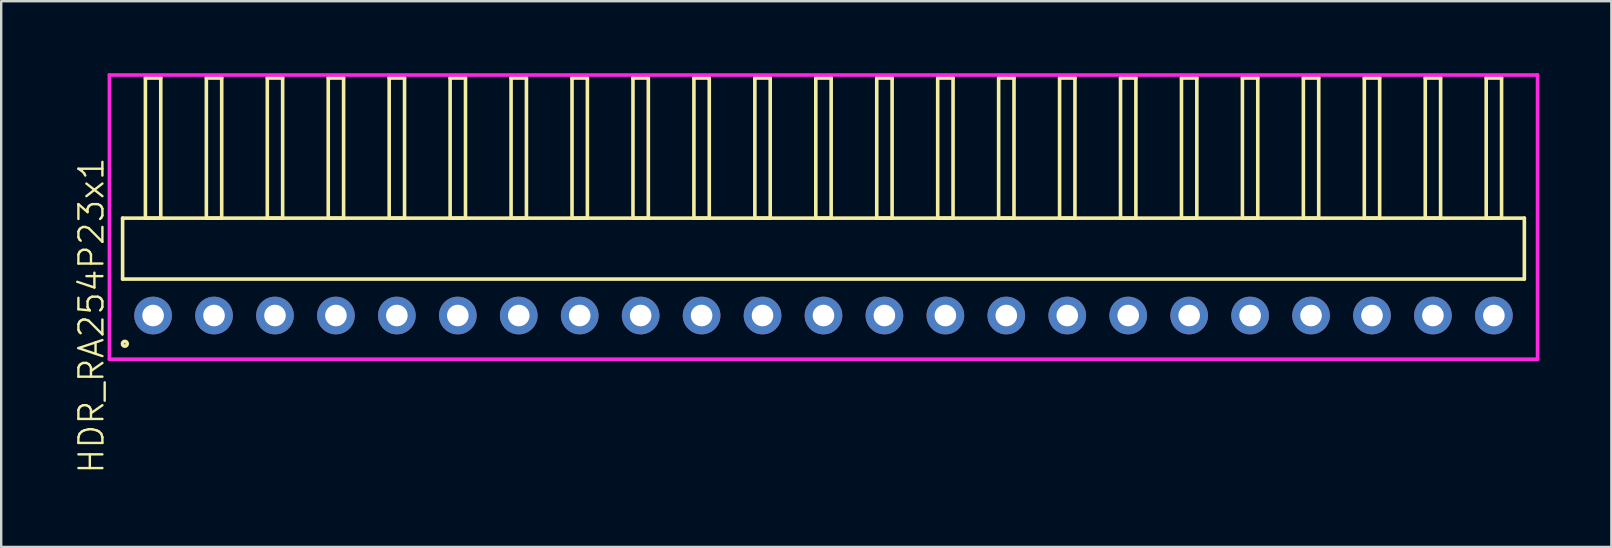
<source format=kicad_pcb>
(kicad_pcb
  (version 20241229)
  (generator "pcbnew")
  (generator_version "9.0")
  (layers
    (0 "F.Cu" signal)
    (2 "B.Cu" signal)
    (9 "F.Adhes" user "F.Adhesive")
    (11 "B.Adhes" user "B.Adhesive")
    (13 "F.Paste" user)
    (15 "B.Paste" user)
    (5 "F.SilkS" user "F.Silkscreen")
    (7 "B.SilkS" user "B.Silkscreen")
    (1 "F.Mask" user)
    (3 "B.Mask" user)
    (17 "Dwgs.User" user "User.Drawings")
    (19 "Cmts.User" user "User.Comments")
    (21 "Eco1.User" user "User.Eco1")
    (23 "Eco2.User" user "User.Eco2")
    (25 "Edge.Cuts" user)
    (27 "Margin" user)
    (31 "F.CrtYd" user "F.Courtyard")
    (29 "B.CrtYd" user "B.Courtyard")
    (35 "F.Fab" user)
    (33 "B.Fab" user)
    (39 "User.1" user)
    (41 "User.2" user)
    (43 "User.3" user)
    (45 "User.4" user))
  (footprint "HDR_RA254P23x1"
    (layer "F.Cu")
    (at 31.27 10.1)
    (property "Reference" "HDR_RA254P23x1" (at -30.51 0 90) (layer "F.SilkS") (effects (font (size 1 1) (thickness 0.1))))
    (attr through_hole)
    (fp_line (start -29.21 -4.06) (end -29.21 -1.52) (stroke (width 0.15) (type solid)) (layer "F.SilkS"))
    (fp_line (start -29.21 -1.52) (end 29.21 -1.52) (stroke (width 0.15) (type solid)) (layer "F.SilkS"))
    (fp_line (start -28.26 -9.9) (end -28.26 -4.06) (stroke (width 0.15) (type solid)) (layer "F.SilkS"))
    (fp_line (start -28.26 -4.06) (end -27.62 -4.06) (stroke (width 0.15) (type solid)) (layer "F.SilkS"))
    (fp_line (start -27.62 -9.9) (end -28.26 -9.9) (stroke (width 0.15) (type solid)) (layer "F.SilkS"))
    (fp_line (start -27.62 -4.06) (end -27.62 -9.9) (stroke (width 0.15) (type solid)) (layer "F.SilkS"))
    (fp_line (start -25.72 -9.9) (end -25.72 -4.06) (stroke (width 0.15) (type solid)) (layer "F.SilkS"))
    (fp_line (start -25.72 -4.06) (end -25.08 -4.06) (stroke (width 0.15) (type solid)) (layer "F.SilkS"))
    (fp_line (start -25.08 -9.9) (end -25.72 -9.9) (stroke (width 0.15) (type solid)) (layer "F.SilkS"))
    (fp_line (start -25.08 -4.06) (end -25.08 -9.9) (stroke (width 0.15) (type solid)) (layer "F.SilkS"))
    (fp_line (start -23.18 -9.9) (end -23.18 -4.06) (stroke (width 0.15) (type solid)) (layer "F.SilkS"))
    (fp_line (start -23.18 -4.06) (end -22.54 -4.06) (stroke (width 0.15) (type solid)) (layer "F.SilkS"))
    (fp_line (start -22.54 -9.9) (end -23.18 -9.9) (stroke (width 0.15) (type solid)) (layer "F.SilkS"))
    (fp_line (start -22.54 -4.06) (end -22.54 -9.9) (stroke (width 0.15) (type solid)) (layer "F.SilkS"))
    (fp_line (start -20.64 -9.9) (end -20.64 -4.06) (stroke (width 0.15) (type solid)) (layer "F.SilkS"))
    (fp_line (start -20.64 -4.06) (end -20 -4.06) (stroke (width 0.15) (type solid)) (layer "F.SilkS"))
    (fp_line (start -20 -9.9) (end -20.64 -9.9) (stroke (width 0.15) (type solid)) (layer "F.SilkS"))
    (fp_line (start -20 -4.06) (end -20 -9.9) (stroke (width 0.15) (type solid)) (layer "F.SilkS"))
    (fp_line (start -18.1 -9.9) (end -18.1 -4.06) (stroke (width 0.15) (type solid)) (layer "F.SilkS"))
    (fp_line (start -18.1 -4.06) (end -17.46 -4.06) (stroke (width 0.15) (type solid)) (layer "F.SilkS"))
    (fp_line (start -17.46 -9.9) (end -18.1 -9.9) (stroke (width 0.15) (type solid)) (layer "F.SilkS"))
    (fp_line (start -17.46 -4.06) (end -17.46 -9.9) (stroke (width 0.15) (type solid)) (layer "F.SilkS"))
    (fp_line (start -15.56 -9.9) (end -15.56 -4.06) (stroke (width 0.15) (type solid)) (layer "F.SilkS"))
    (fp_line (start -15.56 -4.06) (end -14.92 -4.06) (stroke (width 0.15) (type solid)) (layer "F.SilkS"))
    (fp_line (start -14.92 -9.9) (end -15.56 -9.9) (stroke (width 0.15) (type solid)) (layer "F.SilkS"))
    (fp_line (start -14.92 -4.06) (end -14.92 -9.9) (stroke (width 0.15) (type solid)) (layer "F.SilkS"))
    (fp_line (start -13.02 -9.9) (end -13.02 -4.06) (stroke (width 0.15) (type solid)) (layer "F.SilkS"))
    (fp_line (start -13.02 -4.06) (end -12.38 -4.06) (stroke (width 0.15) (type solid)) (layer "F.SilkS"))
    (fp_line (start -12.38 -9.9) (end -13.02 -9.9) (stroke (width 0.15) (type solid)) (layer "F.SilkS"))
    (fp_line (start -12.38 -4.06) (end -12.38 -9.9) (stroke (width 0.15) (type solid)) (layer "F.SilkS"))
    (fp_line (start -10.48 -9.9) (end -10.48 -4.06) (stroke (width 0.15) (type solid)) (layer "F.SilkS"))
    (fp_line (start -10.48 -4.06) (end -9.84 -4.06) (stroke (width 0.15) (type solid)) (layer "F.SilkS"))
    (fp_line (start -9.84 -9.9) (end -10.48 -9.9) (stroke (width 0.15) (type solid)) (layer "F.SilkS"))
    (fp_line (start -9.84 -4.06) (end -9.84 -9.9) (stroke (width 0.15) (type solid)) (layer "F.SilkS"))
    (fp_line (start -7.94 -9.9) (end -7.94 -4.06) (stroke (width 0.15) (type solid)) (layer "F.SilkS"))
    (fp_line (start -7.94 -4.06) (end -7.3 -4.06) (stroke (width 0.15) (type solid)) (layer "F.SilkS"))
    (fp_line (start -7.3 -9.9) (end -7.94 -9.9) (stroke (width 0.15) (type solid)) (layer "F.SilkS"))
    (fp_line (start -7.3 -4.06) (end -7.3 -9.9) (stroke (width 0.15) (type solid)) (layer "F.SilkS"))
    (fp_line (start -5.4 -9.9) (end -5.4 -4.06) (stroke (width 0.15) (type solid)) (layer "F.SilkS"))
    (fp_line (start -5.4 -4.06) (end -4.76 -4.06) (stroke (width 0.15) (type solid)) (layer "F.SilkS"))
    (fp_line (start -4.76 -9.9) (end -5.4 -9.9) (stroke (width 0.15) (type solid)) (layer "F.SilkS"))
    (fp_line (start -4.76 -4.06) (end -4.76 -9.9) (stroke (width 0.15) (type solid)) (layer "F.SilkS"))
    (fp_line (start -2.86 -9.9) (end -2.86 -4.06) (stroke (width 0.15) (type solid)) (layer "F.SilkS"))
    (fp_line (start -2.86 -4.06) (end -2.22 -4.06) (stroke (width 0.15) (type solid)) (layer "F.SilkS"))
    (fp_line (start -2.22 -9.9) (end -2.86 -9.9) (stroke (width 0.15) (type solid)) (layer "F.SilkS"))
    (fp_line (start -2.22 -4.06) (end -2.22 -9.9) (stroke (width 0.15) (type solid)) (layer "F.SilkS"))
    (fp_line (start -0.32 -9.9) (end -0.32 -4.06) (stroke (width 0.15) (type solid)) (layer "F.SilkS"))
    (fp_line (start -0.32 -4.06) (end 0.32 -4.06) (stroke (width 0.15) (type solid)) (layer "F.SilkS"))
    (fp_line (start 0.32 -9.9) (end -0.32 -9.9) (stroke (width 0.15) (type solid)) (layer "F.SilkS"))
    (fp_line (start 0.32 -4.06) (end 0.32 -9.9) (stroke (width 0.15) (type solid)) (layer "F.SilkS"))
    (fp_line (start 2.22 -9.9) (end 2.22 -4.06) (stroke (width 0.15) (type solid)) (layer "F.SilkS"))
    (fp_line (start 2.22 -4.06) (end 2.86 -4.06) (stroke (width 0.15) (type solid)) (layer "F.SilkS"))
    (fp_line (start 2.86 -9.9) (end 2.22 -9.9) (stroke (width 0.15) (type solid)) (layer "F.SilkS"))
    (fp_line (start 2.86 -4.06) (end 2.86 -9.9) (stroke (width 0.15) (type solid)) (layer "F.SilkS"))
    (fp_line (start 4.76 -9.9) (end 4.76 -4.06) (stroke (width 0.15) (type solid)) (layer "F.SilkS"))
    (fp_line (start 4.76 -4.06) (end 5.4 -4.06) (stroke (width 0.15) (type solid)) (layer "F.SilkS"))
    (fp_line (start 5.4 -9.9) (end 4.76 -9.9) (stroke (width 0.15) (type solid)) (layer "F.SilkS"))
    (fp_line (start 5.4 -4.06) (end 5.4 -9.9) (stroke (width 0.15) (type solid)) (layer "F.SilkS"))
    (fp_line (start 7.3 -9.9) (end 7.3 -4.06) (stroke (width 0.15) (type solid)) (layer "F.SilkS"))
    (fp_line (start 7.3 -4.06) (end 7.94 -4.06) (stroke (width 0.15) (type solid)) (layer "F.SilkS"))
    (fp_line (start 7.94 -9.9) (end 7.3 -9.9) (stroke (width 0.15) (type solid)) (layer "F.SilkS"))
    (fp_line (start 7.94 -4.06) (end 7.94 -9.9) (stroke (width 0.15) (type solid)) (layer "F.SilkS"))
    (fp_line (start 9.84 -9.9) (end 9.84 -4.06) (stroke (width 0.15) (type solid)) (layer "F.SilkS"))
    (fp_line (start 9.84 -4.06) (end 10.48 -4.06) (stroke (width 0.15) (type solid)) (layer "F.SilkS"))
    (fp_line (start 10.48 -9.9) (end 9.84 -9.9) (stroke (width 0.15) (type solid)) (layer "F.SilkS"))
    (fp_line (start 10.48 -4.06) (end 10.48 -9.9) (stroke (width 0.15) (type solid)) (layer "F.SilkS"))
    (fp_line (start 12.38 -9.9) (end 12.38 -4.06) (stroke (width 0.15) (type solid)) (layer "F.SilkS"))
    (fp_line (start 12.38 -4.06) (end 13.02 -4.06) (stroke (width 0.15) (type solid)) (layer "F.SilkS"))
    (fp_line (start 13.02 -9.9) (end 12.38 -9.9) (stroke (width 0.15) (type solid)) (layer "F.SilkS"))
    (fp_line (start 13.02 -4.06) (end 13.02 -9.9) (stroke (width 0.15) (type solid)) (layer "F.SilkS"))
    (fp_line (start 14.92 -9.9) (end 14.92 -4.06) (stroke (width 0.15) (type solid)) (layer "F.SilkS"))
    (fp_line (start 14.92 -4.06) (end 15.56 -4.06) (stroke (width 0.15) (type solid)) (layer "F.SilkS"))
    (fp_line (start 15.56 -9.9) (end 14.92 -9.9) (stroke (width 0.15) (type solid)) (layer "F.SilkS"))
    (fp_line (start 15.56 -4.06) (end 15.56 -9.9) (stroke (width 0.15) (type solid)) (layer "F.SilkS"))
    (fp_line (start 17.46 -9.9) (end 17.46 -4.06) (stroke (width 0.15) (type solid)) (layer "F.SilkS"))
    (fp_line (start 17.46 -4.06) (end 18.1 -4.06) (stroke (width 0.15) (type solid)) (layer "F.SilkS"))
    (fp_line (start 18.1 -9.9) (end 17.46 -9.9) (stroke (width 0.15) (type solid)) (layer "F.SilkS"))
    (fp_line (start 18.1 -4.06) (end 18.1 -9.9) (stroke (width 0.15) (type solid)) (layer "F.SilkS"))
    (fp_line (start 20 -9.9) (end 20 -4.06) (stroke (width 0.15) (type solid)) (layer "F.SilkS"))
    (fp_line (start 20 -4.06) (end 20.64 -4.06) (stroke (width 0.15) (type solid)) (layer "F.SilkS"))
    (fp_line (start 20.64 -9.9) (end 20 -9.9) (stroke (width 0.15) (type solid)) (layer "F.SilkS"))
    (fp_line (start 20.64 -4.06) (end 20.64 -9.9) (stroke (width 0.15) (type solid)) (layer "F.SilkS"))
    (fp_line (start 22.54 -9.9) (end 22.54 -4.06) (stroke (width 0.15) (type solid)) (layer "F.SilkS"))
    (fp_line (start 22.54 -4.06) (end 23.18 -4.06) (stroke (width 0.15) (type solid)) (layer "F.SilkS"))
    (fp_line (start 23.18 -9.9) (end 22.54 -9.9) (stroke (width 0.15) (type solid)) (layer "F.SilkS"))
    (fp_line (start 23.18 -4.06) (end 23.18 -9.9) (stroke (width 0.15) (type solid)) (layer "F.SilkS"))
    (fp_line (start 25.08 -9.9) (end 25.08 -4.06) (stroke (width 0.15) (type solid)) (layer "F.SilkS"))
    (fp_line (start 25.08 -4.06) (end 25.72 -4.06) (stroke (width 0.15) (type solid)) (layer "F.SilkS"))
    (fp_line (start 25.72 -9.9) (end 25.08 -9.9) (stroke (width 0.15) (type solid)) (layer "F.SilkS"))
    (fp_line (start 25.72 -4.06) (end 25.72 -9.9) (stroke (width 0.15) (type solid)) (layer "F.SilkS"))
    (fp_line (start 27.62 -9.9) (end 27.62 -4.06) (stroke (width 0.15) (type solid)) (layer "F.SilkS"))
    (fp_line (start 27.62 -4.06) (end 28.26 -4.06) (stroke (width 0.15) (type solid)) (layer "F.SilkS"))
    (fp_line (start 28.26 -9.9) (end 27.62 -9.9) (stroke (width 0.15) (type solid)) (layer "F.SilkS"))
    (fp_line (start 28.26 -4.06) (end 28.26 -9.9) (stroke (width 0.15) (type solid)) (layer "F.SilkS"))
    (fp_line (start 29.21 -4.06) (end -29.21 -4.06) (stroke (width 0.15) (type solid)) (layer "F.SilkS"))
    (fp_line (start 29.21 -1.52) (end 29.21 -4.06) (stroke (width 0.15) (type solid)) (layer "F.SilkS"))
    (fp_circle (center -29.117 1.177) (end -29.017 1.177) (stroke (width 0.15) (type solid)) (fill no) (layer "F.SilkS"))
    (fp_line (start -29.76 -10.025) (end -29.76 1.82) (stroke (width 0.15) (type solid)) (layer "F.CrtYd"))
    (fp_line (start -29.76 1.82) (end 29.76 1.82) (stroke (width 0.15) (type solid)) (layer "F.CrtYd"))
    (fp_line (start 29.76 -10.025) (end -29.76 -10.025) (stroke (width 0.15) (type solid)) (layer "F.CrtYd"))
    (fp_line (start 29.76 1.82) (end 29.76 -10.025) (stroke (width 0.15) (type solid)) (layer "F.CrtYd"))
    (pad "1" thru_hole oval (at -27.94 0) (size 1.57 1.57) (drill 0.9) (layers "*.Cu" "*.Mask"))
    (pad "2" thru_hole oval (at -25.4 0) (size 1.57 1.57) (drill 0.9) (layers "*.Cu" "*.Mask"))
    (pad "3" thru_hole oval (at -22.86 0) (size 1.57 1.57) (drill 0.9) (layers "*.Cu" "*.Mask"))
    (pad "4" thru_hole oval (at -20.32 0) (size 1.57 1.57) (drill 0.9) (layers "*.Cu" "*.Mask"))
    (pad "5" thru_hole oval (at -17.78 0) (size 1.57 1.57) (drill 0.9) (layers "*.Cu" "*.Mask"))
    (pad "6" thru_hole oval (at -15.24 0) (size 1.57 1.57) (drill 0.9) (layers "*.Cu" "*.Mask"))
    (pad "7" thru_hole oval (at -12.7 0) (size 1.57 1.57) (drill 0.9) (layers "*.Cu" "*.Mask"))
    (pad "8" thru_hole oval (at -10.16 0) (size 1.57 1.57) (drill 0.9) (layers "*.Cu" "*.Mask"))
    (pad "9" thru_hole oval (at -7.62 0) (size 1.57 1.57) (drill 0.9) (layers "*.Cu" "*.Mask"))
    (pad "10" thru_hole oval (at -5.08 0) (size 1.57 1.57) (drill 0.9) (layers "*.Cu" "*.Mask"))
    (pad "11" thru_hole oval (at -2.54 0) (size 1.57 1.57) (drill 0.9) (layers "*.Cu" "*.Mask"))
    (pad "12" thru_hole oval (at 0 0) (size 1.57 1.57) (drill 0.9) (layers "*.Cu" "*.Mask"))
    (pad "13" thru_hole oval (at 2.54 0) (size 1.57 1.57) (drill 0.9) (layers "*.Cu" "*.Mask"))
    (pad "14" thru_hole oval (at 5.08 0) (size 1.57 1.57) (drill 0.9) (layers "*.Cu" "*.Mask"))
    (pad "15" thru_hole oval (at 7.62 0) (size 1.57 1.57) (drill 0.9) (layers "*.Cu" "*.Mask"))
    (pad "16" thru_hole oval (at 10.16 0) (size 1.57 1.57) (drill 0.9) (layers "*.Cu" "*.Mask"))
    (pad "17" thru_hole oval (at 12.7 0) (size 1.57 1.57) (drill 0.9) (layers "*.Cu" "*.Mask"))
    (pad "18" thru_hole oval (at 15.24 0) (size 1.57 1.57) (drill 0.9) (layers "*.Cu" "*.Mask"))
    (pad "19" thru_hole oval (at 17.78 0) (size 1.57 1.57) (drill 0.9) (layers "*.Cu" "*.Mask"))
    (pad "20" thru_hole oval (at 20.32 0) (size 1.57 1.57) (drill 0.9) (layers "*.Cu" "*.Mask"))
    (pad "21" thru_hole oval (at 22.86 0) (size 1.57 1.57) (drill 0.9) (layers "*.Cu" "*.Mask"))
    (pad "22" thru_hole oval (at 25.4 0) (size 1.57 1.57) (drill 0.9) (layers "*.Cu" "*.Mask"))
    (pad "23" thru_hole oval (at 27.94 0) (size 1.57 1.57) (drill 0.9) (layers "*.Cu" "*.Mask")))
  (gr_rect
    (start -3 -3)
    (end 64.106 19.745)
    (stroke (width 0.1) (type default))
    (fill no)
    (layer "Edge.Cuts")))
</source>
